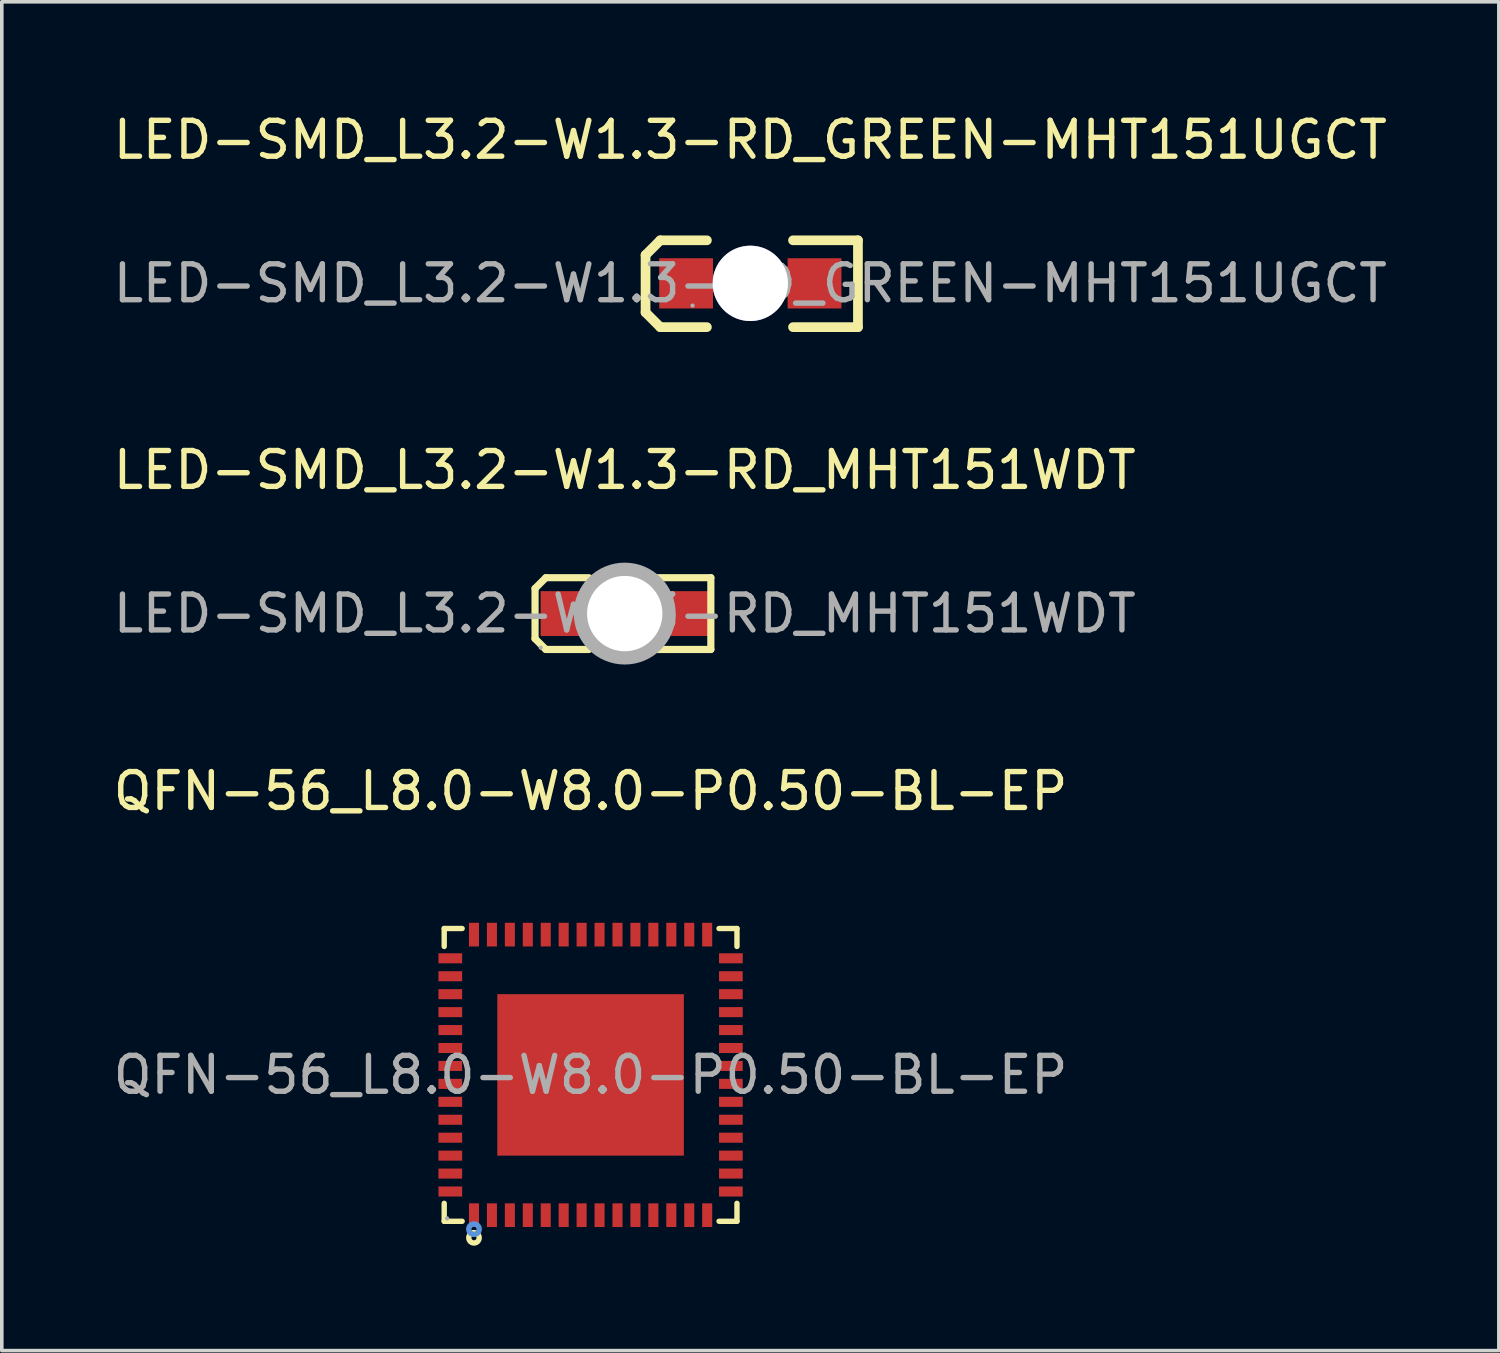
<source format=kicad_pcb>
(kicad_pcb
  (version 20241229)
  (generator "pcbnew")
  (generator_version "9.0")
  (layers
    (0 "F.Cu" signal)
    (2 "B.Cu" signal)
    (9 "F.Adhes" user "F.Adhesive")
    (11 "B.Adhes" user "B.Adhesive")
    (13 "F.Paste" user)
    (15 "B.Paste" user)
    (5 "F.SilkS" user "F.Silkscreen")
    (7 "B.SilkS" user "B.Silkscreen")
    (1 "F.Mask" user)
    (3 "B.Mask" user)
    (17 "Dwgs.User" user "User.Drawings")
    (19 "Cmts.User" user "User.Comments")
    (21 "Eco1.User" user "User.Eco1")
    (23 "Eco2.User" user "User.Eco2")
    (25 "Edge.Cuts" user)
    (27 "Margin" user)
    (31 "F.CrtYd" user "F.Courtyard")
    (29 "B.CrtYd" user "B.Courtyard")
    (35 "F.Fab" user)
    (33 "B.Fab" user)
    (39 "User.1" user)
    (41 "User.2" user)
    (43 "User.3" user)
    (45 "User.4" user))
  (footprint "LED-SMD_L3.2-W1.3-RD_GREEN-MHT151UGCT"
    (layer "F.Cu")
    (at 17.863 4.848)
    (property "Reference" "LED-SMD_L3.2-W1.3-RD_GREEN-MHT151UGCT" (at 0 -4 0) (layer "F.SilkS") (effects (font (size 1 1) (thickness 0.15))))
    (attr smd)
    (fp_line (start -2.92 -0.79) (end -2.92 0.81) (stroke (width 0.27) (type solid)) (layer "F.SilkS"))
    (fp_line (start -2.92 0.81) (end -2.51 1.22) (stroke (width 0.27) (type solid)) (layer "F.SilkS"))
    (fp_line (start -2.51 -1.2) (end -2.92 -0.79) (stroke (width 0.27) (type solid)) (layer "F.SilkS"))
    (fp_line (start -2.51 1.22) (end -1.21 1.22) (stroke (width 0.27) (type solid)) (layer "F.SilkS"))
    (fp_line (start -1.21 -1.2) (end -2.51 -1.2) (stroke (width 0.27) (type solid)) (layer "F.SilkS"))
    (fp_line (start 1.19 1.22) (end 3 1.22) (stroke (width 0.27) (type solid)) (layer "F.SilkS"))
    (fp_line (start 3 -1.2) (end 1.19 -1.2) (stroke (width 0.27) (type solid)) (layer "F.SilkS"))
    (fp_line (start 3 1.22) (end 3 -1.2) (stroke (width 0.27) (type solid)) (layer "F.SilkS"))
    (fp_circle (center -1.61 0.62) (end -1.58 0.62) (stroke (width 0.06) (type solid)) (fill no) (layer "F.Fab"))
    (fp_text user "${REFERENCE}" (at 0 0 0) (layer "F.Fab") (effects (font (size 1 1) (thickness 0.15))))
    (pad "" thru_hole circle (at 0 0) (size 2.1 2.1) (drill 2.1) (layers "*.Cu" "*.Mask"))
    (pad "1" smd rect (at -1.79 0) (size 1.5 1.4) (layers "F.Cu" "F.Mask" "F.Paste"))
    (pad "2" smd rect (at 1.79 0) (size 1.5 1.4) (layers "F.Cu" "F.Mask" "F.Paste")))
  (footprint "LED-SMD_L3.2-W1.3-RD_MHT151WDT"
    (layer "F.Cu")
    (at 14.363 14.052)
    (property "Reference" "LED-SMD_L3.2-W1.3-RD_MHT151WDT" (at 0 -4 0) (layer "F.SilkS") (effects (font (size 1 1) (thickness 0.15))))
    (attr smd)
    (fp_line (start -2.5 -0.7) (end -2.5 0.7) (stroke (width 0.2) (type solid)) (layer "F.SilkS"))
    (fp_line (start -2.5 0.7) (end -2.2 1) (stroke (width 0.2) (type solid)) (layer "F.SilkS"))
    (fp_line (start -2.2 -1) (end -2.5 -0.7) (stroke (width 0.2) (type solid)) (layer "F.SilkS"))
    (fp_line (start -2.2 1) (end -1 1) (stroke (width 0.2) (type solid)) (layer "F.SilkS"))
    (fp_line (start -1 -1) (end -2.2 -1) (stroke (width 0.2) (type solid)) (layer "F.SilkS"))
    (fp_line (start 0.9 1) (end 2.4 1) (stroke (width 0.2) (type solid)) (layer "F.SilkS"))
    (fp_line (start 2.4 -1) (end 0.8 -1) (stroke (width 0.2) (type solid)) (layer "F.SilkS"))
    (fp_line (start 2.4 1) (end 2.4 -1) (stroke (width 0.2) (type solid)) (layer "F.SilkS"))
    (fp_circle (center -2.34 0.95) (end -2.31 0.95) (stroke (width 0.06) (type solid)) (fill no) (layer "F.Fab"))
    (fp_circle (center 0 0) (end 0.47 0) (stroke (width 0.95) (type solid)) (fill no) (layer "F.Fab"))
    (fp_text user "${REFERENCE}" (at 0 0 0) (layer "F.Fab") (effects (font (size 1 1) (thickness 0.15))))
    (pad "" thru_hole circle (at 0 0) (size 2.1 2.1) (drill 2.1) (layers "*.Cu" "*.Mask"))
    (pad "1" smd rect (at -1.81 0) (size 1.07 1.25) (layers "F.Cu" "F.Mask" "F.Paste"))
    (pad "2" smd rect (at 1.81 0 180) (size 1.07 1.25) (layers "F.Cu" "F.Mask" "F.Paste")))
  (footprint "QFN-56_L8.0-W8.0-P0.50-BL-EP"
    (layer "F.Cu")
    (at 13.411 26.91)
    (property "Reference" "QFN-56_L8.0-W8.0-P0.50-BL-EP" (at 0 -7.91 0) (layer "F.SilkS") (effects (font (size 1 1) (thickness 0.15))))
    (attr smd)
    (fp_line (start -4.08 -4.08) (end -3.58 -4.08) (stroke (width 0.15) (type solid)) (layer "F.SilkS"))
    (fp_line (start -4.08 -3.58) (end -4.08 -4.08) (stroke (width 0.15) (type solid)) (layer "F.SilkS"))
    (fp_line (start -4.08 3.58) (end -4.08 4.08) (stroke (width 0.15) (type solid)) (layer "F.SilkS"))
    (fp_line (start -4.08 4.08) (end -3.58 4.08) (stroke (width 0.15) (type solid)) (layer "F.SilkS"))
    (fp_line (start 4.08 -4.08) (end 3.58 -4.08) (stroke (width 0.15) (type solid)) (layer "F.SilkS"))
    (fp_line (start 4.08 -3.58) (end 4.08 -4.08) (stroke (width 0.15) (type solid)) (layer "F.SilkS"))
    (fp_line (start 4.08 3.58) (end 4.08 4.08) (stroke (width 0.15) (type solid)) (layer "F.SilkS"))
    (fp_line (start 4.08 4.08) (end 3.58 4.08) (stroke (width 0.15) (type solid)) (layer "F.SilkS"))
    (fp_circle (center -3.25 4.54) (end -3.18 4.54) (stroke (width 0.15) (type solid)) (fill no) (layer "F.SilkS"))
    (fp_circle (center -3.25 4.3) (end -3.18 4.3) (stroke (width 0.15) (type solid)) (fill no) (layer "Cmts.User"))
    (fp_circle (center -4 4) (end -3.97 4) (stroke (width 0.06) (type solid)) (fill no) (layer "F.Fab"))
    (fp_text user "${REFERENCE}" (at 0 0 0) (layer "F.Fab") (effects (font (size 1 1) (thickness 0.15))))
    (pad "1" smd rect (at -3.25 3.91) (size 0.28 0.66) (layers "F.Cu" "F.Mask" "F.Paste"))
    (pad "2" smd rect (at -2.75 3.91) (size 0.28 0.66) (layers "F.Cu" "F.Mask" "F.Paste"))
    (pad "3" smd rect (at -2.25 3.91) (size 0.28 0.66) (layers "F.Cu" "F.Mask" "F.Paste"))
    (pad "4" smd rect (at -1.75 3.91) (size 0.28 0.66) (layers "F.Cu" "F.Mask" "F.Paste"))
    (pad "5" smd rect (at -1.25 3.91) (size 0.28 0.66) (layers "F.Cu" "F.Mask" "F.Paste"))
    (pad "6" smd rect (at -0.75 3.91) (size 0.28 0.66) (layers "F.Cu" "F.Mask" "F.Paste"))
    (pad "7" smd rect (at -0.25 3.91) (size 0.28 0.66) (layers "F.Cu" "F.Mask" "F.Paste"))
    (pad "8" smd rect (at 0.25 3.91) (size 0.28 0.66) (layers "F.Cu" "F.Mask" "F.Paste"))
    (pad "9" smd rect (at 0.75 3.91) (size 0.28 0.66) (layers "F.Cu" "F.Mask" "F.Paste"))
    (pad "10" smd rect (at 1.25 3.91) (size 0.28 0.66) (layers "F.Cu" "F.Mask" "F.Paste"))
    (pad "11" smd rect (at 1.75 3.91) (size 0.28 0.66) (layers "F.Cu" "F.Mask" "F.Paste"))
    (pad "12" smd rect (at 2.25 3.91) (size 0.28 0.66) (layers "F.Cu" "F.Mask" "F.Paste"))
    (pad "13" smd rect (at 2.75 3.91) (size 0.28 0.66) (layers "F.Cu" "F.Mask" "F.Paste"))
    (pad "14" smd rect (at 3.25 3.91) (size 0.28 0.66) (layers "F.Cu" "F.Mask" "F.Paste"))
    (pad "15" smd rect (at 3.91 3.25) (size 0.66 0.28) (layers "F.Cu" "F.Mask" "F.Paste"))
    (pad "16" smd rect (at 3.91 2.75) (size 0.66 0.28) (layers "F.Cu" "F.Mask" "F.Paste"))
    (pad "17" smd rect (at 3.91 2.25) (size 0.66 0.28) (layers "F.Cu" "F.Mask" "F.Paste"))
    (pad "18" smd rect (at 3.91 1.75) (size 0.66 0.28) (layers "F.Cu" "F.Mask" "F.Paste"))
    (pad "19" smd rect (at 3.91 1.25) (size 0.66 0.28) (layers "F.Cu" "F.Mask" "F.Paste"))
    (pad "20" smd rect (at 3.91 0.75) (size 0.66 0.28) (layers "F.Cu" "F.Mask" "F.Paste"))
    (pad "21" smd rect (at 3.91 0.25) (size 0.66 0.28) (layers "F.Cu" "F.Mask" "F.Paste"))
    (pad "22" smd rect (at 3.91 -0.25) (size 0.66 0.28) (layers "F.Cu" "F.Mask" "F.Paste"))
    (pad "23" smd rect (at 3.91 -0.75) (size 0.66 0.28) (layers "F.Cu" "F.Mask" "F.Paste"))
    (pad "24" smd rect (at 3.91 -1.25) (size 0.66 0.28) (layers "F.Cu" "F.Mask" "F.Paste"))
    (pad "25" smd rect (at 3.91 -1.75) (size 0.66 0.28) (layers "F.Cu" "F.Mask" "F.Paste"))
    (pad "26" smd rect (at 3.91 -2.25) (size 0.66 0.28) (layers "F.Cu" "F.Mask" "F.Paste"))
    (pad "27" smd rect (at 3.91 -2.75) (size 0.66 0.28) (layers "F.Cu" "F.Mask" "F.Paste"))
    (pad "28" smd rect (at 3.91 -3.25) (size 0.66 0.28) (layers "F.Cu" "F.Mask" "F.Paste"))
    (pad "29" smd rect (at 3.25 -3.91) (size 0.28 0.66) (layers "F.Cu" "F.Mask" "F.Paste"))
    (pad "30" smd rect (at 2.75 -3.91) (size 0.28 0.66) (layers "F.Cu" "F.Mask" "F.Paste"))
    (pad "31" smd rect (at 2.25 -3.91) (size 0.28 0.66) (layers "F.Cu" "F.Mask" "F.Paste"))
    (pad "32" smd rect (at 1.75 -3.91) (size 0.28 0.66) (layers "F.Cu" "F.Mask" "F.Paste"))
    (pad "33" smd rect (at 1.25 -3.91) (size 0.28 0.66) (layers "F.Cu" "F.Mask" "F.Paste"))
    (pad "34" smd rect (at 0.75 -3.91) (size 0.28 0.66) (layers "F.Cu" "F.Mask" "F.Paste"))
    (pad "35" smd rect (at 0.25 -3.91) (size 0.28 0.66) (layers "F.Cu" "F.Mask" "F.Paste"))
    (pad "36" smd rect (at -0.25 -3.91) (size 0.28 0.66) (layers "F.Cu" "F.Mask" "F.Paste"))
    (pad "37" smd rect (at -0.75 -3.91) (size 0.28 0.66) (layers "F.Cu" "F.Mask" "F.Paste"))
    (pad "38" smd rect (at -1.25 -3.91) (size 0.28 0.66) (layers "F.Cu" "F.Mask" "F.Paste"))
    (pad "39" smd rect (at -1.75 -3.91) (size 0.28 0.66) (layers "F.Cu" "F.Mask" "F.Paste"))
    (pad "40" smd rect (at -2.25 -3.91) (size 0.28 0.66) (layers "F.Cu" "F.Mask" "F.Paste"))
    (pad "41" smd rect (at -2.75 -3.91) (size 0.28 0.66) (layers "F.Cu" "F.Mask" "F.Paste"))
    (pad "42" smd rect (at -3.25 -3.91) (size 0.28 0.66) (layers "F.Cu" "F.Mask" "F.Paste"))
    (pad "43" smd rect (at -3.91 -3.25) (size 0.66 0.28) (layers "F.Cu" "F.Mask" "F.Paste"))
    (pad "44" smd rect (at -3.91 -2.75) (size 0.66 0.28) (layers "F.Cu" "F.Mask" "F.Paste"))
    (pad "45" smd rect (at -3.91 -2.25) (size 0.66 0.28) (layers "F.Cu" "F.Mask" "F.Paste"))
    (pad "46" smd rect (at -3.91 -1.75) (size 0.66 0.28) (layers "F.Cu" "F.Mask" "F.Paste"))
    (pad "47" smd rect (at -3.91 -1.25) (size 0.66 0.28) (layers "F.Cu" "F.Mask" "F.Paste"))
    (pad "48" smd rect (at -3.91 -0.75) (size 0.66 0.28) (layers "F.Cu" "F.Mask" "F.Paste"))
    (pad "49" smd rect (at -3.91 -0.25) (size 0.66 0.28) (layers "F.Cu" "F.Mask" "F.Paste"))
    (pad "50" smd rect (at -3.91 0.25) (size 0.66 0.28) (layers "F.Cu" "F.Mask" "F.Paste"))
    (pad "51" smd rect (at -3.91 0.75) (size 0.66 0.28) (layers "F.Cu" "F.Mask" "F.Paste"))
    (pad "52" smd rect (at -3.91 1.25) (size 0.66 0.28) (layers "F.Cu" "F.Mask" "F.Paste"))
    (pad "53" smd rect (at -3.91 1.75) (size 0.66 0.28) (layers "F.Cu" "F.Mask" "F.Paste"))
    (pad "54" smd rect (at -3.91 2.25) (size 0.66 0.28) (layers "F.Cu" "F.Mask" "F.Paste"))
    (pad "55" smd rect (at -3.91 2.75) (size 0.66 0.28) (layers "F.Cu" "F.Mask" "F.Paste"))
    (pad "56" smd rect (at -3.91 3.25) (size 0.66 0.28) (layers "F.Cu" "F.Mask" "F.Paste"))
    (pad "57" smd rect (at 0 0) (size 5.2 4.5) (layers "F.Cu" "F.Mask" "F.Paste")))
  (gr_rect
    (start -3 -3)
    (end 38.726 34.595)
    (stroke (width 0.1) (type default))
    (fill no)
    (layer "Edge.Cuts")))
</source>
